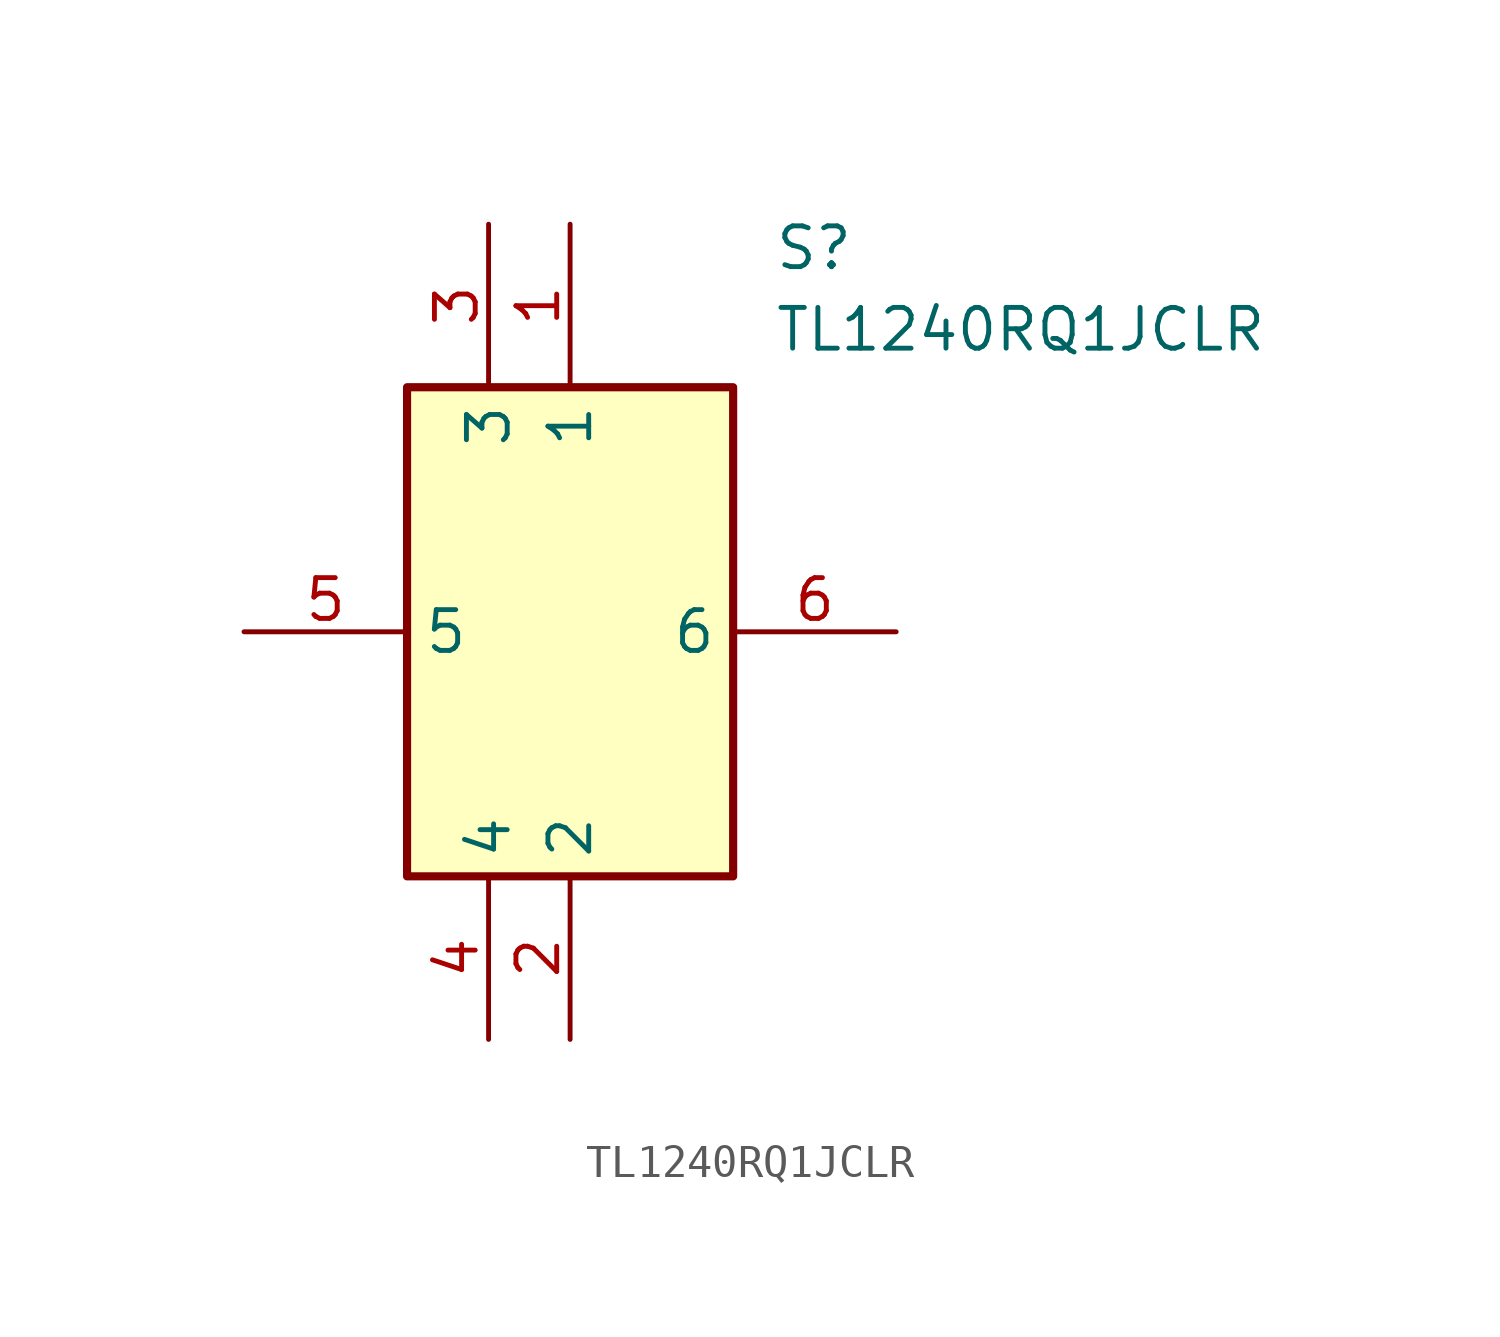
<source format=kicad_sym>
(kicad_symbol_lib
  (version 20211014)
  (generator SamacSys_ECAD_Model)
  (symbol "TL1240RQ1JCLR"
    (property "Reference" "S"
      (at 16.51 12.7 0)
      (effects (font (size 1.27 1.27)) (justify left top)))
    (property "Value" "TL1240RQ1JCLR"
      (at 16.51 10.16 0)
      (effects (font (size 1.27 1.27)) (justify left top)))
    (rectangle
      (start 5.08 7.62)
      (end 15.24 -7.62)
      (stroke (width 0.254) (type default))
      (fill (type background)))
    (pin passive line
      (at 10.16 12.7 270)
      (length 5.08)
      (name "1" (effects (font (size 1.27 1.27))))
      (number "1" (effects (font (size 1.27 1.27)))))
    (pin passive line
      (at 10.16 -12.7 90)
      (length 5.08)
      (name "2" (effects (font (size 1.27 1.27))))
      (number "2" (effects (font (size 1.27 1.27)))))
    (pin passive line
      (at 7.62 12.7 270)
      (length 5.08)
      (name "3" (effects (font (size 1.27 1.27))))
      (number "3" (effects (font (size 1.27 1.27)))))
    (pin passive line
      (at 7.62 -12.7 90)
      (length 5.08)
      (name "4" (effects (font (size 1.27 1.27))))
      (number "4" (effects (font (size 1.27 1.27)))))
    (pin passive line
      (at 0 0 0)
      (length 5.08)
      (name "5" (effects (font (size 1.27 1.27))))
      (number "5" (effects (font (size 1.27 1.27)))))
    (pin passive line
      (at 20.32 0 180)
      (length 5.08)
      (name "6" (effects (font (size 1.27 1.27))))
      (number "6" (effects (font (size 1.27 1.27)))))))
</source>
